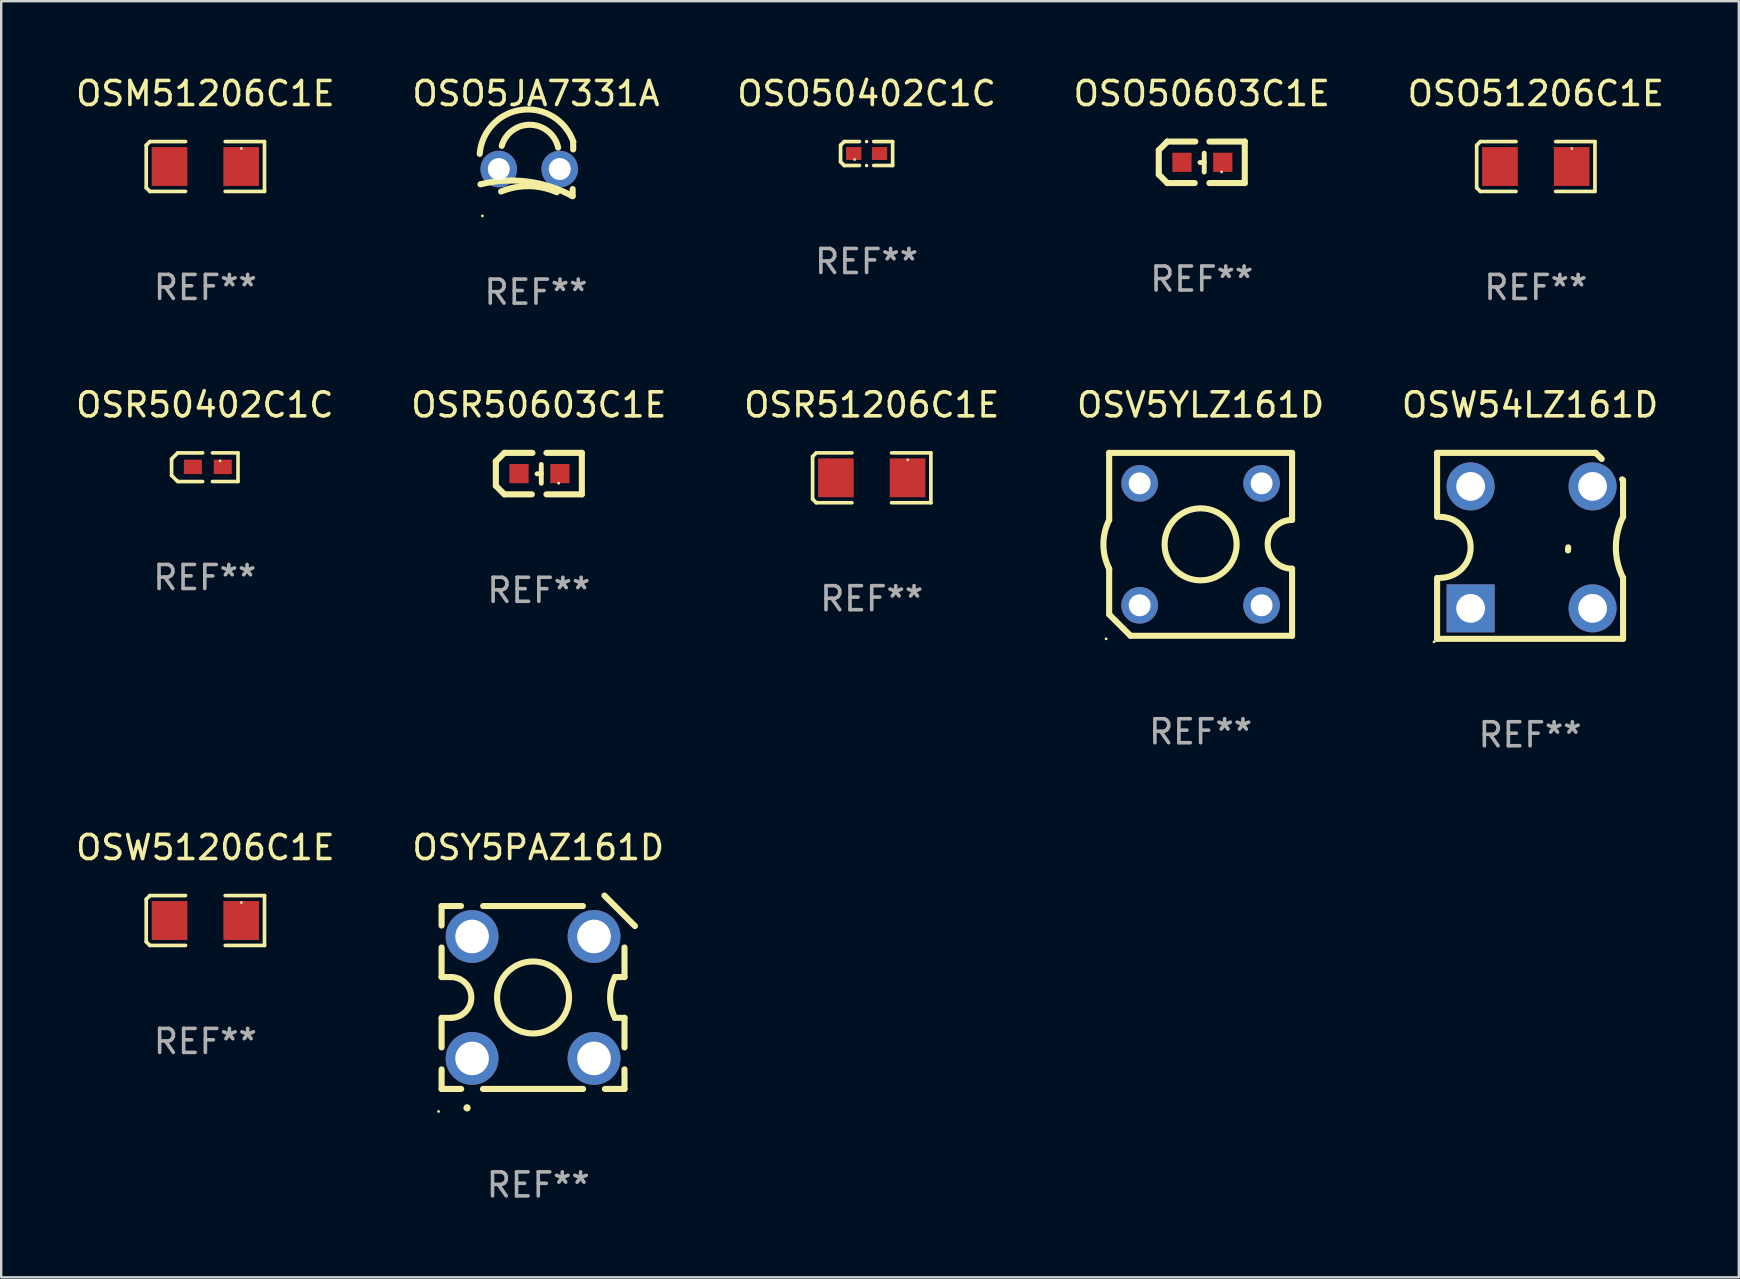
<source format=kicad_pcb>
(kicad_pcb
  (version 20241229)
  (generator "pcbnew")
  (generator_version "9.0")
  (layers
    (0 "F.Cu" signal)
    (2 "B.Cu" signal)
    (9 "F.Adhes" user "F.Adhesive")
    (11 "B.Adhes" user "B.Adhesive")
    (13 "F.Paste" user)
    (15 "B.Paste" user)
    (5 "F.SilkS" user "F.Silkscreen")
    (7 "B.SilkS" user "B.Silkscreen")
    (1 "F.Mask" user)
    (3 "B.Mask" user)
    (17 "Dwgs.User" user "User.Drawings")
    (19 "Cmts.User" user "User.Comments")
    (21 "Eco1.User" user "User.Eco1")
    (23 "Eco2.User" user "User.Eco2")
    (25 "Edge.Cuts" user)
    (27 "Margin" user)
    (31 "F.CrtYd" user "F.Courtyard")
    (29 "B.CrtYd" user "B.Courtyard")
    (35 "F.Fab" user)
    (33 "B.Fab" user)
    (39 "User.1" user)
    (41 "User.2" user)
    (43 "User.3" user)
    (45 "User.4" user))
  (footprint "OSO5JA7331A"
    (layer "F.Cu")
    (at 19.28 3.985)
    (property "Reference" "OSO5JA7331A" (at 0 -3.137 0) (layer "F.SilkS") (effects (font (size 1 1) (thickness 0.15))))
    (attr through_hole)
    (fp_line (start 1.529 0.842) (end 1.525 1.137) (stroke (width 0.254) (type solid)) (layer "F.SilkS"))
    (fp_line (start 1.55 -1.137) (end 1.55 -0.811) (stroke (width 0.254) (type solid)) (layer "F.SilkS"))
    (fp_arc (start -2.344336 -0.624664) (mid -0.604362 -2.457931) (end 1.550229 -1.136525) (stroke (width 0.254001) (type solid)) (layer "F.SilkS"))
    (fp_arc (start -2.31223 0.643358) (mid -0.347208 0.529557) (end 1.525184 1.136526) (stroke (width 0.254001) (type solid)) (layer "F.SilkS"))
    (fp_arc (start -1.45348 0.944425) (mid -0.289454 0.72139) (end 0.868415 0.974448) (stroke (width 0.254001) (type solid)) (layer "F.SilkS"))
    (fp_arc (start -1.426174 -0.958548) (mid -0.223791 -1.836179) (end 0.922695 -0.88669) (stroke (width 0.254001) (type solid)) (layer "F.SilkS"))
    (fp_circle (center -2.231 1.96) (end -2.201 1.96) (stroke (width 0.06) (type solid)) (fill no) (layer "F.SilkS"))
    (fp_text user "REF**" (at 0 5.137 0) (layer "F.Fab") (effects (font (size 1 1) (thickness 0.15))))
    (pad "1" thru_hole circle (at -1.55 0.008) (size 1.524 1.524) (drill 0.914) (layers "*.Cu" "*.Mask"))
    (pad "2" thru_hole circle (at 0.99 0.008) (size 1.524 1.524) (drill 0.914) (layers "*.Cu" "*.Mask")))
  (footprint "OSR51206C1E"
    (layer "F.Cu")
    (at 33.268 16.856)
    (property "Reference" "OSR51206C1E" (at 0 -3.039 0) (layer "F.SilkS") (effects (font (size 1 1) (thickness 0.15))))
    (attr through_hole)
    (fp_line (start -2.464 -0.886) (end -2.311 -1.039) (stroke (width 0.152) (type solid)) (layer "F.SilkS"))
    (fp_line (start -2.464 0.886) (end -2.464 -0.886) (stroke (width 0.152) (type solid)) (layer "F.SilkS"))
    (fp_line (start -2.311 -1.039) (end -0.826 -1.039) (stroke (width 0.152) (type solid)) (layer "F.SilkS"))
    (fp_line (start -2.311 1.039) (end -2.464 0.886) (stroke (width 0.152) (type solid)) (layer "F.SilkS"))
    (fp_line (start -0.826 1.039) (end -2.311 1.039) (stroke (width 0.152) (type solid)) (layer "F.SilkS"))
    (fp_line (start 0.826 1.039) (end 2.464 1.039) (stroke (width 0.152) (type solid)) (layer "F.SilkS"))
    (fp_line (start 2.464 -1.039) (end 0.826 -1.039) (stroke (width 0.152) (type solid)) (layer "F.SilkS"))
    (fp_line (start 2.464 1.039) (end 2.464 -1.039) (stroke (width 0.152) (type solid)) (layer "F.SilkS"))
    (fp_circle (center 1.5 -0.75) (end 1.53 -0.75) (stroke (width 0.06) (type solid)) (fill no) (layer "F.SilkS"))
    (fp_text user "REF**" (at 0 5.039 0) (layer "F.Fab") (effects (font (size 1 1) (thickness 0.15))))
    (pad "1" smd rect (at 1.493 0) (size 1.485 1.62) (layers "F.Cu" "F.Mask" "F.Paste"))
    (pad "2" smd rect (at -1.493 0) (size 1.485 1.62) (layers "F.Cu" "F.Mask" "F.Paste")))
  (footprint "OSO50603C1E"
    (layer "F.Cu")
    (at 47.018 3.712)
    (property "Reference" "OSO50603C1E" (at 0 -2.864 0) (layer "F.SilkS") (effects (font (size 1 1) (thickness 0.15))))
    (attr through_hole)
    (fp_line (start -1.791 -0.508) (end -1.435 -0.864) (stroke (width 0.254) (type solid)) (layer "F.SilkS"))
    (fp_line (start -1.791 0.508) (end -1.791 -0.508) (stroke (width 0.254) (type solid)) (layer "F.SilkS"))
    (fp_line (start -1.435 0.864) (end -1.791 0.508) (stroke (width 0.254) (type solid)) (layer "F.SilkS"))
    (fp_line (start -0.292 0.864) (end -1.435 0.864) (stroke (width 0.254) (type solid)) (layer "F.SilkS"))
    (fp_line (start -0.267 -0.864) (end -1.435 -0.864) (stroke (width 0.254) (type solid)) (layer "F.SilkS"))
    (fp_line (start 0.102 0.008) (end -0.074 0.008) (stroke (width 0.203) (type solid)) (layer "F.SilkS"))
    (fp_line (start 0.102 0.406) (end 0.102 -0.381) (stroke (width 0.203) (type solid)) (layer "F.SilkS"))
    (fp_line (start 1.791 -0.864) (end 0.318 -0.864) (stroke (width 0.254) (type solid)) (layer "F.SilkS"))
    (fp_line (start 1.791 0.864) (end 0.318 0.864) (stroke (width 0.254) (type solid)) (layer "F.SilkS"))
    (fp_line (start 1.791 0.864) (end 1.791 -0.864) (stroke (width 0.254) (type solid)) (layer "F.SilkS"))
    (fp_circle (center 0.825 0.4) (end 0.855 0.4) (stroke (width 0.06) (type solid)) (fill no) (layer "F.SilkS"))
    (fp_text user "REF**" (at 0 4.864 0) (layer "F.Fab") (effects (font (size 1 1) (thickness 0.15))))
    (pad "1" smd rect (at 0.876 0 90) (size 0.8 0.8) (layers "F.Cu" "F.Mask" "F.Paste"))
    (pad "2" smd rect (at -0.826 0 90) (size 0.8 0.8) (layers "F.Cu" "F.Mask" "F.Paste")))
  (footprint "OSM51206C1E"
    (layer "F.Cu")
    (at 5.506 3.887)
    (property "Reference" "OSM51206C1E" (at 0 -3.039 0) (layer "F.SilkS") (effects (font (size 1 1) (thickness 0.15))))
    (attr through_hole)
    (fp_line (start -2.464 -0.886) (end -2.311 -1.039) (stroke (width 0.152) (type solid)) (layer "F.SilkS"))
    (fp_line (start -2.464 0.886) (end -2.464 -0.886) (stroke (width 0.152) (type solid)) (layer "F.SilkS"))
    (fp_line (start -2.311 -1.039) (end -0.826 -1.039) (stroke (width 0.152) (type solid)) (layer "F.SilkS"))
    (fp_line (start -2.311 1.039) (end -2.464 0.886) (stroke (width 0.152) (type solid)) (layer "F.SilkS"))
    (fp_line (start -0.826 1.039) (end -2.311 1.039) (stroke (width 0.152) (type solid)) (layer "F.SilkS"))
    (fp_line (start 0.826 1.039) (end 2.464 1.039) (stroke (width 0.152) (type solid)) (layer "F.SilkS"))
    (fp_line (start 2.464 -1.039) (end 0.826 -1.039) (stroke (width 0.152) (type solid)) (layer "F.SilkS"))
    (fp_line (start 2.464 1.039) (end 2.464 -1.039) (stroke (width 0.152) (type solid)) (layer "F.SilkS"))
    (fp_circle (center 1.5 -0.75) (end 1.53 -0.75) (stroke (width 0.06) (type solid)) (fill no) (layer "F.SilkS"))
    (fp_text user "REF**" (at 0 5.039 0) (layer "F.Fab") (effects (font (size 1 1) (thickness 0.15))))
    (pad "1" smd rect (at 1.493 0) (size 1.485 1.62) (layers "F.Cu" "F.Mask" "F.Paste"))
    (pad "2" smd rect (at -1.493 0) (size 1.485 1.62) (layers "F.Cu" "F.Mask" "F.Paste")))
  (footprint "OSV5YLZ161D"
    (layer "F.Cu")
    (at 46.97 19.628)
    (property "Reference" "OSV5YLZ161D" (at 0 -5.81 0) (layer "F.SilkS") (effects (font (size 1 1) (thickness 0.15))))
    (attr through_hole)
    (fp_line (start -3.81 -3.81) (end -3.81 -1.016) (stroke (width 0.254) (type solid)) (layer "F.SilkS"))
    (fp_line (start -3.81 1.016) (end -3.81 2.921) (stroke (width 0.254) (type solid)) (layer "F.SilkS"))
    (fp_line (start -3.81 2.921) (end -2.921 3.81) (stroke (width 0.254) (type solid)) (layer "F.SilkS"))
    (fp_line (start -2.921 3.81) (end 3.81 3.81) (stroke (width 0.254) (type solid)) (layer "F.SilkS"))
    (fp_line (start 3.81 -3.81) (end -3.81 -3.81) (stroke (width 0.254) (type solid)) (layer "F.SilkS"))
    (fp_line (start 3.81 -1.016) (end 3.81 -3.81) (stroke (width 0.254) (type solid)) (layer "F.SilkS"))
    (fp_line (start 3.81 3.81) (end 3.81 1.016) (stroke (width 0.254) (type solid)) (layer "F.SilkS"))
    (fp_arc (start -3.810008 1.016002) (mid -4.049316 0) (end -3.810008 -1.016002) (stroke (width 0.254001) (type solid)) (layer "F.SilkS"))
    (fp_arc (start 3.810008 1.016002) (mid 2.799098 0) (end 3.810007 -1.016002) (stroke (width 0.254001) (type solid)) (layer "F.SilkS"))
    (fp_circle (center -3.937 3.937) (end -3.907 3.937) (stroke (width 0.06) (type solid)) (fill no) (layer "F.SilkS"))
    (fp_circle (center 0 0) (end 1.5 0) (stroke (width 0.254) (type solid)) (fill no) (layer "F.SilkS"))
    (fp_text user "REF**" (at 0 7.81 0) (layer "F.Fab") (effects (font (size 1 1) (thickness 0.15))))
    (pad "1" thru_hole circle (at -2.54 2.54) (size 1.524 1.524) (drill 0.914) (layers "*.Cu" "*.Mask"))
    (pad "2" thru_hole circle (at 2.54 2.54) (size 1.524 1.524) (drill 0.914) (layers "*.Cu" "*.Mask"))
    (pad "3" thru_hole circle (at 2.54 -2.54) (size 1.524 1.524) (drill 0.914) (layers "*.Cu" "*.Mask"))
    (pad "4" thru_hole circle (at -2.54 -2.54) (size 1.524 1.524) (drill 0.914) (layers "*.Cu" "*.Mask")))
  (footprint "OSY5PAZ161D"
    (layer "F.Cu")
    (at 19.375 38.289)
    (property "Reference" "OSY5PAZ161D" (at 0 -6.028 0) (layer "F.SilkS") (effects (font (size 1 1) (thickness 0.15))))
    (attr through_hole)
    (fp_line (start -4.027 -3.592) (end -4.027 -2.781) (stroke (width 0.254) (type solid)) (layer "F.SilkS"))
    (fp_line (start -4.027 -1.865) (end -4.027 -0.633) (stroke (width 0.254) (type solid)) (layer "F.SilkS"))
    (fp_line (start -4.027 1.066) (end -4.027 2.299) (stroke (width 0.254) (type solid)) (layer "F.SilkS"))
    (fp_line (start -4.027 3.215) (end -4.027 4.028) (stroke (width 0.254) (type solid)) (layer "F.SilkS"))
    (fp_line (start -4.027 4.028) (end -3.212 4.028) (stroke (width 0.254) (type solid)) (layer "F.SilkS"))
    (fp_line (start -3.628 -0.633) (end -4.027 -0.633) (stroke (width 0.254) (type solid)) (layer "F.SilkS"))
    (fp_line (start -3.628 1.066) (end -4.027 1.066) (stroke (width 0.254) (type solid)) (layer "F.SilkS"))
    (fp_line (start -3.219 -3.592) (end -4.027 -3.592) (stroke (width 0.254) (type solid)) (layer "F.SilkS"))
    (fp_line (start -2.303 4.028) (end 1.868 4.028) (stroke (width 0.254) (type solid)) (layer "F.SilkS"))
    (fp_line (start 1.861 -3.592) (end -2.296 -3.592) (stroke (width 0.254) (type solid)) (layer "F.SilkS"))
    (fp_line (start 2.757 -4.028) (end 4.027 -2.758) (stroke (width 0.254) (type solid)) (layer "F.SilkS"))
    (fp_line (start 2.777 4.028) (end 3.593 4.028) (stroke (width 0.254) (type solid)) (layer "F.SilkS"))
    (fp_line (start 3.193 -0.633) (end 3.593 -0.633) (stroke (width 0.254) (type solid)) (layer "F.SilkS"))
    (fp_line (start 3.193 1.066) (end 3.593 1.066) (stroke (width 0.254) (type solid)) (layer "F.SilkS"))
    (fp_line (start 3.593 -1.865) (end 3.593 -0.633) (stroke (width 0.254) (type solid)) (layer "F.SilkS"))
    (fp_line (start 3.593 1.066) (end 3.593 2.299) (stroke (width 0.254) (type solid)) (layer "F.SilkS"))
    (fp_line (start 3.593 3.215) (end 3.593 4.028) (stroke (width 0.254) (type solid)) (layer "F.SilkS"))
    (fp_arc (start -3.628461 -0.632792) (mid -2.77921 0.216459) (end -3.628461 1.06571) (stroke (width 0.254001) (type solid)) (layer "F.SilkS"))
    (fp_arc (start -2.967475 4.818237) (mid -2.96748 4.816967) (end -2.967475 4.815697) (stroke (width 0.3) (type solid)) (layer "F.SilkS"))
    (fp_arc (start 3.193485 1.06571) (mid 2.993004 0.216459) (end 3.193485 -0.632791) (stroke (width 0.254001) (type solid)) (layer "F.SilkS"))
    (fp_circle (center -4.154 4.967) (end -4.124 4.967) (stroke (width 0.06) (type solid)) (fill no) (layer "F.SilkS"))
    (fp_circle (center -0.217 0.217) (end 1.283 0.217) (stroke (width 0.254) (type solid)) (fill no) (layer "F.SilkS"))
    (fp_text user "REF**" (at 0 8.028 0) (layer "F.Fab") (effects (font (size 1 1) (thickness 0.15))))
    (pad "1" thru_hole circle (at -2.757 2.757) (size 2.2 2.2) (drill 1.4) (layers "*.Cu" "*.Mask"))
    (pad "2" thru_hole circle (at 2.323 2.757) (size 2.2 2.2) (drill 1.4) (layers "*.Cu" "*.Mask"))
    (pad "3" thru_hole circle (at 2.323 -2.323) (size 2.2 2.2) (drill 1.4) (layers "*.Cu" "*.Mask"))
    (pad "4" thru_hole circle (at -2.757 -2.323) (size 2.2 2.2) (drill 1.4) (layers "*.Cu" "*.Mask")))
  (footprint "OSR50402C1C"
    (layer "F.Cu")
    (at 5.482 16.415)
    (property "Reference" "OSR50402C1C" (at 0 -2.597 0) (layer "F.SilkS") (effects (font (size 1 1) (thickness 0.15))))
    (attr through_hole)
    (fp_line (start -1.384 -0.343) (end -1.13 -0.597) (stroke (width 0.152) (type solid)) (layer "F.SilkS"))
    (fp_line (start -1.384 0.343) (end -1.384 -0.343) (stroke (width 0.152) (type solid)) (layer "F.SilkS"))
    (fp_line (start -1.143 0.584) (end -1.384 0.343) (stroke (width 0.152) (type solid)) (layer "F.SilkS"))
    (fp_line (start -1.13 -0.597) (end -0.089 -0.597) (stroke (width 0.152) (type solid)) (layer "F.SilkS"))
    (fp_line (start -1.105 0.597) (end -1.143 0.584) (stroke (width 0.152) (type solid)) (layer "F.SilkS"))
    (fp_line (start -1.105 0.597) (end -0.089 0.597) (stroke (width 0.152) (type solid)) (layer "F.SilkS"))
    (fp_line (start 0.318 0.597) (end 1.384 0.597) (stroke (width 0.15) (type solid)) (layer "F.SilkS"))
    (fp_line (start 1.384 -0.597) (end 0.318 -0.597) (stroke (width 0.15) (type solid)) (layer "F.SilkS"))
    (fp_line (start 1.384 0.597) (end 1.384 -0.597) (stroke (width 0.15) (type solid)) (layer "F.SilkS"))
    (fp_circle (center 0.637 -0.264) (end 0.667 -0.264) (stroke (width 0.06) (type solid)) (fill no) (layer "F.SilkS"))
    (fp_text user "REF**" (at 0 4.597 0) (layer "F.Fab") (effects (font (size 1 1) (thickness 0.15))))
    (pad "1" smd rect (at 0.75 -0.014) (size 0.75 0.6) (layers "F.Cu" "F.Mask" "F.Paste"))
    (pad "2" smd rect (at -0.496 -0.014) (size 0.75 0.6) (layers "F.Cu" "F.Mask" "F.Paste")))
  (footprint "OSR50603C1E"
    (layer "F.Cu")
    (at 19.399 16.681)
    (property "Reference" "OSR50603C1E" (at 0 -2.864 0) (layer "F.SilkS") (effects (font (size 1 1) (thickness 0.15))))
    (attr through_hole)
    (fp_line (start -1.791 -0.508) (end -1.435 -0.864) (stroke (width 0.254) (type solid)) (layer "F.SilkS"))
    (fp_line (start -1.791 0.508) (end -1.791 -0.508) (stroke (width 0.254) (type solid)) (layer "F.SilkS"))
    (fp_line (start -1.435 0.864) (end -1.791 0.508) (stroke (width 0.254) (type solid)) (layer "F.SilkS"))
    (fp_line (start -0.292 0.864) (end -1.435 0.864) (stroke (width 0.254) (type solid)) (layer "F.SilkS"))
    (fp_line (start -0.267 -0.864) (end -1.435 -0.864) (stroke (width 0.254) (type solid)) (layer "F.SilkS"))
    (fp_line (start 0.102 0.008) (end -0.074 0.008) (stroke (width 0.203) (type solid)) (layer "F.SilkS"))
    (fp_line (start 0.102 0.406) (end 0.102 -0.381) (stroke (width 0.203) (type solid)) (layer "F.SilkS"))
    (fp_line (start 1.791 -0.864) (end 0.318 -0.864) (stroke (width 0.254) (type solid)) (layer "F.SilkS"))
    (fp_line (start 1.791 0.864) (end 0.318 0.864) (stroke (width 0.254) (type solid)) (layer "F.SilkS"))
    (fp_line (start 1.791 0.864) (end 1.791 -0.864) (stroke (width 0.254) (type solid)) (layer "F.SilkS"))
    (fp_circle (center 0.825 0.4) (end 0.855 0.4) (stroke (width 0.06) (type solid)) (fill no) (layer "F.SilkS"))
    (fp_text user "REF**" (at 0 4.864 0) (layer "F.Fab") (effects (font (size 1 1) (thickness 0.15))))
    (pad "1" smd rect (at 0.876 0 90) (size 0.8 0.8) (layers "F.Cu" "F.Mask" "F.Paste"))
    (pad "2" smd rect (at -0.826 0 90) (size 0.8 0.8) (layers "F.Cu" "F.Mask" "F.Paste")))
  (footprint "OSO51206C1E"
    (layer "F.Cu")
    (at 60.935 3.887)
    (property "Reference" "OSO51206C1E" (at 0 -3.039 0) (layer "F.SilkS") (effects (font (size 1 1) (thickness 0.15))))
    (attr through_hole)
    (fp_line (start -2.464 -0.886) (end -2.311 -1.039) (stroke (width 0.152) (type solid)) (layer "F.SilkS"))
    (fp_line (start -2.464 0.886) (end -2.464 -0.886) (stroke (width 0.152) (type solid)) (layer "F.SilkS"))
    (fp_line (start -2.311 -1.039) (end -0.826 -1.039) (stroke (width 0.152) (type solid)) (layer "F.SilkS"))
    (fp_line (start -2.311 1.039) (end -2.464 0.886) (stroke (width 0.152) (type solid)) (layer "F.SilkS"))
    (fp_line (start -0.826 1.039) (end -2.311 1.039) (stroke (width 0.152) (type solid)) (layer "F.SilkS"))
    (fp_line (start 0.826 1.039) (end 2.464 1.039) (stroke (width 0.152) (type solid)) (layer "F.SilkS"))
    (fp_line (start 2.464 -1.039) (end 0.826 -1.039) (stroke (width 0.152) (type solid)) (layer "F.SilkS"))
    (fp_line (start 2.464 1.039) (end 2.464 -1.039) (stroke (width 0.152) (type solid)) (layer "F.SilkS"))
    (fp_circle (center 1.5 -0.75) (end 1.53 -0.75) (stroke (width 0.06) (type solid)) (fill no) (layer "F.SilkS"))
    (fp_text user "REF**" (at 0 5.039 0) (layer "F.Fab") (effects (font (size 1 1) (thickness 0.15))))
    (pad "1" smd rect (at 1.493 0) (size 1.485 1.62) (layers "F.Cu" "F.Mask" "F.Paste"))
    (pad "2" smd rect (at -1.493 0) (size 1.485 1.62) (layers "F.Cu" "F.Mask" "F.Paste")))
  (footprint "OSW51206C1E"
    (layer "F.Cu")
    (at 5.506 35.3)
    (property "Reference" "OSW51206C1E" (at 0 -3.039 0) (layer "F.SilkS") (effects (font (size 1 1) (thickness 0.15))))
    (attr through_hole)
    (fp_line (start -2.464 -0.886) (end -2.311 -1.039) (stroke (width 0.152) (type solid)) (layer "F.SilkS"))
    (fp_line (start -2.464 0.886) (end -2.464 -0.886) (stroke (width 0.152) (type solid)) (layer "F.SilkS"))
    (fp_line (start -2.311 -1.039) (end -0.826 -1.039) (stroke (width 0.152) (type solid)) (layer "F.SilkS"))
    (fp_line (start -2.311 1.039) (end -2.464 0.886) (stroke (width 0.152) (type solid)) (layer "F.SilkS"))
    (fp_line (start -0.826 1.039) (end -2.311 1.039) (stroke (width 0.152) (type solid)) (layer "F.SilkS"))
    (fp_line (start 0.826 1.039) (end 2.464 1.039) (stroke (width 0.152) (type solid)) (layer "F.SilkS"))
    (fp_line (start 2.464 -1.039) (end 0.826 -1.039) (stroke (width 0.152) (type solid)) (layer "F.SilkS"))
    (fp_line (start 2.464 1.039) (end 2.464 -1.039) (stroke (width 0.152) (type solid)) (layer "F.SilkS"))
    (fp_circle (center 1.5 -0.75) (end 1.53 -0.75) (stroke (width 0.06) (type solid)) (fill no) (layer "F.SilkS"))
    (fp_text user "REF**" (at 0 5.039 0) (layer "F.Fab") (effects (font (size 1 1) (thickness 0.15))))
    (pad "1" smd rect (at 1.493 0) (size 1.485 1.62) (layers "F.Cu" "F.Mask" "F.Paste"))
    (pad "2" smd rect (at -1.493 0) (size 1.485 1.62) (layers "F.Cu" "F.Mask" "F.Paste")))
  (footprint "OSO50402C1C"
    (layer "F.Cu")
    (at 33.054 3.347)
    (property "Reference" "OSO50402C1C" (at 0 -2.499 0) (layer "F.SilkS") (effects (font (size 1 1) (thickness 0.15))))
    (attr through_hole)
    (fp_line (start -1.085 -0.346) (end -0.933 -0.499) (stroke (width 0.152) (type solid)) (layer "F.SilkS"))
    (fp_line (start -1.085 0.346) (end -1.085 -0.346) (stroke (width 0.152) (type solid)) (layer "F.SilkS"))
    (fp_line (start -0.933 -0.499) (end -0.296 -0.499) (stroke (width 0.152) (type solid)) (layer "F.SilkS"))
    (fp_line (start -0.933 0.499) (end -1.085 0.346) (stroke (width 0.152) (type solid)) (layer "F.SilkS"))
    (fp_line (start -0.296 0.499) (end -0.933 0.499) (stroke (width 0.152) (type solid)) (layer "F.SilkS"))
    (fp_line (start 0.296 0.499) (end 1.085 0.499) (stroke (width 0.152) (type solid)) (layer "F.SilkS"))
    (fp_line (start 1.085 -0.499) (end 0.296 -0.499) (stroke (width 0.152) (type solid)) (layer "F.SilkS"))
    (fp_line (start 1.085 0.499) (end 1.085 -0.499) (stroke (width 0.152) (type solid)) (layer "F.SilkS"))
    (fp_circle (center -0.5 0.25) (end -0.47 0.25) (stroke (width 0.06) (type solid)) (fill no) (layer "F.SilkS"))
    (fp_circle (center 0 -0.499) (end 0.038 -0.499) (stroke (width 0.076) (type solid)) (fill no) (layer "F.SilkS"))
    (fp_circle (center 0 0.499) (end 0.038 0.499) (stroke (width 0.076) (type solid)) (fill no) (layer "F.SilkS"))
    (fp_text user "REF**" (at 0 4.499 0) (layer "F.Fab") (effects (font (size 1 1) (thickness 0.15))))
    (pad "1" smd rect (at -0.538 0) (size 0.636 0.54) (layers "F.Cu" "F.Mask" "F.Paste"))
    (pad "2" smd rect (at 0.538 0) (size 0.636 0.54) (layers "F.Cu" "F.Mask" "F.Paste")))
  (footprint "OSW54LZ161D"
    (layer "F.Cu")
    (at 60.696 19.691)
    (property "Reference" "OSW54LZ161D" (at 0 -5.874 0) (layer "F.SilkS") (effects (font (size 1 1) (thickness 0.15))))
    (attr through_hole)
    (fp_line (start -3.874 -3.874) (end 2.731 -3.874) (stroke (width 0.254) (type solid)) (layer "F.SilkS"))
    (fp_line (start -3.874 -1.207) (end -3.874 -3.874) (stroke (width 0.254) (type solid)) (layer "F.SilkS"))
    (fp_line (start -3.874 3.874) (end -3.874 1.334) (stroke (width 0.254) (type solid)) (layer "F.SilkS"))
    (fp_line (start 2.731 -3.874) (end 2.985 -3.62) (stroke (width 0.254) (type solid)) (layer "F.SilkS"))
    (fp_line (start 3.874 -2.731) (end 3.834 -2.77) (stroke (width 0.254) (type solid)) (layer "F.SilkS"))
    (fp_line (start 3.874 -2.731) (end 3.874 -1.207) (stroke (width 0.254) (type solid)) (layer "F.SilkS"))
    (fp_line (start 3.874 1.334) (end 3.874 3.874) (stroke (width 0.254) (type solid)) (layer "F.SilkS"))
    (fp_line (start 3.874 3.874) (end -3.874 3.874) (stroke (width 0.254) (type solid)) (layer "F.SilkS"))
    (fp_arc (start -3.746507 -1.206503) (mid -2.476504 0.0635) (end -3.746507 1.333503) (stroke (width 0.254001) (type solid)) (layer "F.SilkS"))
    (fp_arc (start 1.582245 0.190069) (mid 1.583558 0.12673) (end 1.587503 0.0635) (stroke (width 0.254001) (type solid)) (layer "F.SilkS"))
    (fp_arc (start 3.873508 1.333503) (mid 3.573701 0.0635) (end 3.873508 -1.206502) (stroke (width 0.254001) (type solid)) (layer "F.SilkS"))
    (fp_circle (center -4.001 4.001) (end -3.971 4.001) (stroke (width 0.06) (type solid)) (fill no) (layer "F.SilkS"))
    (fp_text user "REF**" (at 0 7.874 0) (layer "F.Fab") (effects (font (size 1 1) (thickness 0.15))))
    (pad "1" thru_hole rect (at -2.477 2.604) (size 2 2) (drill 1.2) (layers "*.Cu" "*.Mask"))
    (pad "2" thru_hole circle (at 2.604 2.604) (size 2 2) (drill 1.2) (layers "*.Cu" "*.Mask"))
    (pad "3" thru_hole circle (at 2.604 -2.477) (size 2 2) (drill 1.2) (layers "*.Cu" "*.Mask"))
    (pad "4" thru_hole circle (at -2.477 -2.477) (size 2 2) (drill 1.2) (layers "*.Cu" "*.Mask")))
  (gr_rect
    (start -3 -3)
    (end 69.393 50.166)
    (stroke (width 0.1) (type default))
    (fill no)
    (layer "Edge.Cuts")))
</source>
